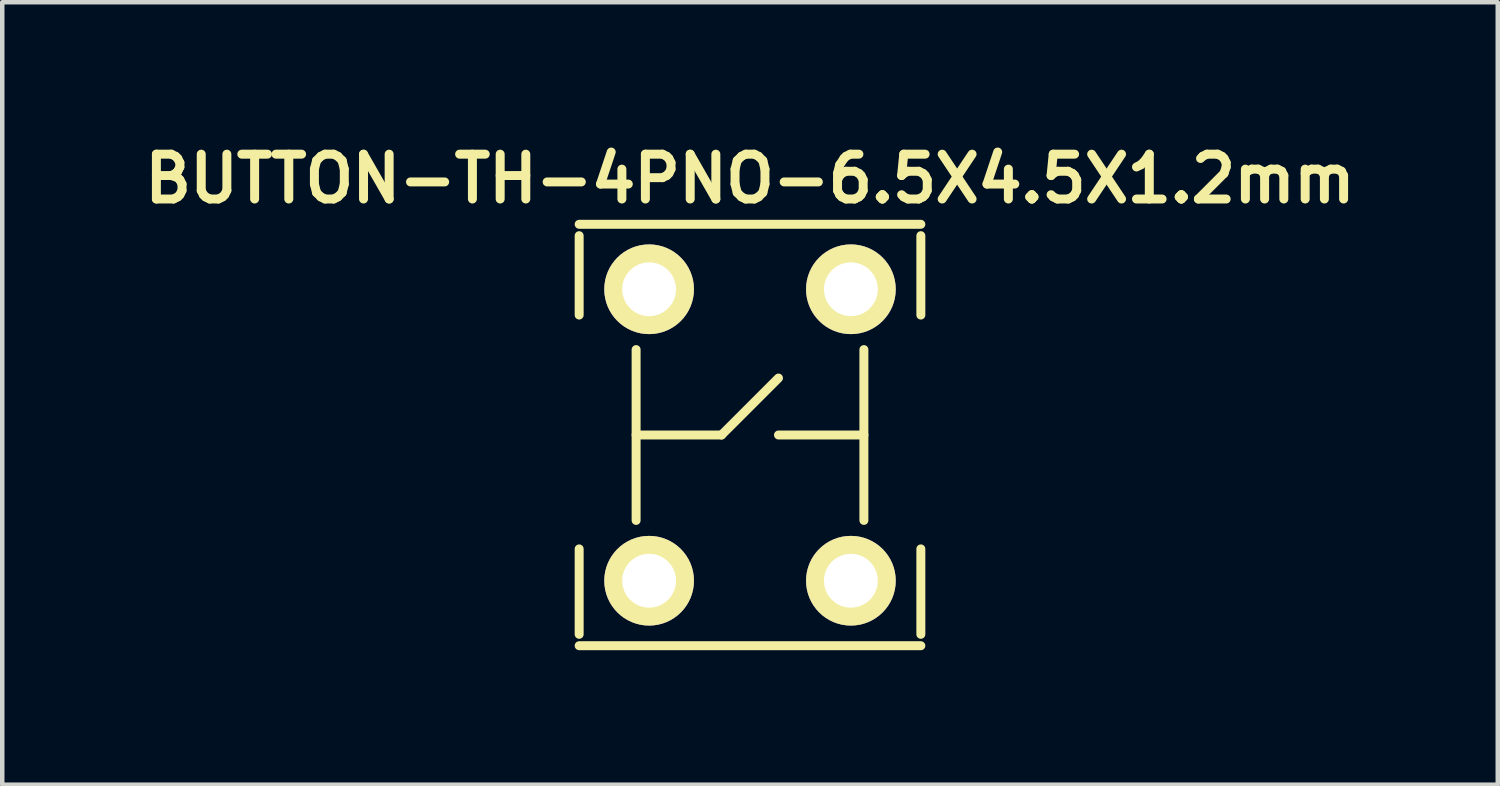
<source format=kicad_pcb>
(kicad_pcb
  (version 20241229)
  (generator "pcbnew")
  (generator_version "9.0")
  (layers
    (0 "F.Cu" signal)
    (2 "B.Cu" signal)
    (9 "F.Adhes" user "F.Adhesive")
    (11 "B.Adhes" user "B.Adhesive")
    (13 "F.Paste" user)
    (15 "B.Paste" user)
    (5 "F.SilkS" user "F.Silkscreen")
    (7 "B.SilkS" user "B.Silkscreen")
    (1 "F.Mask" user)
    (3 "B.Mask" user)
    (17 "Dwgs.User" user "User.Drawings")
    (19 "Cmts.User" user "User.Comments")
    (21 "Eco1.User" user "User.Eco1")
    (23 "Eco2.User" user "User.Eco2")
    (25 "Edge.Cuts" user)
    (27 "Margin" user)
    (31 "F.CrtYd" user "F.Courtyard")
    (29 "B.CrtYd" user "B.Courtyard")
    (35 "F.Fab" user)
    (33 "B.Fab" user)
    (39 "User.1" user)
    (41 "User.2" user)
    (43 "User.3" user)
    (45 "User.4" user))
  (footprint "BUTTON-TH-4PNO-6.5X4.5X1.2mm"
    (layer "F.Cu")
    (at 13.676 6.651)
    (property "Reference" "BUTTON-TH-4PNO-6.5X4.5X1.2mm" (at 0 -5.715 0) (layer "F.SilkS") (effects (font (size 1 1) (thickness 0.2))))
    (attr exclude_from_pos_files exclude_from_bom)
    (fp_line (start -3.81 -4.699) (end 3.81 -4.699) (stroke (width 0.2) (type solid)) (layer "F.SilkS"))
    (fp_line (start -3.81 -2.675) (end -3.81 -4.445) (stroke (width 0.2) (type solid)) (layer "F.SilkS"))
    (fp_line (start -3.81 2.54) (end -3.81 4.445) (stroke (width 0.2) (type solid)) (layer "F.SilkS"))
    (fp_line (start -3.81 4.699) (end 3.81 4.699) (stroke (width 0.2) (type solid)) (layer "F.SilkS"))
    (fp_line (start -2.54 -1.905) (end -2.54 1.905) (stroke (width 0.2) (type solid)) (layer "F.SilkS"))
    (fp_line (start -2.54 0) (end -0.635 0) (stroke (width 0.2) (type solid)) (layer "F.SilkS"))
    (fp_line (start -0.635 0) (end 0.635 -1.27) (stroke (width 0.2) (type solid)) (layer "F.SilkS"))
    (fp_line (start 0.635 0) (end 2.54 0) (stroke (width 0.2) (type solid)) (layer "F.SilkS"))
    (fp_line (start 2.54 -1.905) (end 2.54 1.905) (stroke (width 0.2) (type solid)) (layer "F.SilkS"))
    (fp_line (start 3.81 -2.675) (end 3.81 -4.445) (stroke (width 0.2) (type solid)) (layer "F.SilkS"))
    (fp_line (start 3.81 2.54) (end 3.81 4.445) (stroke (width 0.2) (type solid)) (layer "F.SilkS"))
    (pad "1" thru_hole circle (at -2.25 -3.25) (size 2 2) (drill 1.2) (layers "*.Cu" "*.Mask" "F.SilkS"))
    (pad "2" thru_hole circle (at 2.25 -3.25) (size 2 2) (drill 1.2) (layers "*.Cu" "*.Mask" "F.SilkS"))
    (pad "3" thru_hole circle (at -2.25 3.25) (size 2 2) (drill 1.2) (layers "*.Cu" "*.Mask" "F.SilkS"))
    (pad "4" thru_hole circle (at 2.25 3.25) (size 2 2) (drill 1.2) (layers "*.Cu" "*.Mask" "F.SilkS")))
  (gr_rect
    (start -3 -3)
    (end 30.352 14.45)
    (stroke (width 0.1) (type default))
    (fill no)
    (layer "Edge.Cuts")))
</source>
